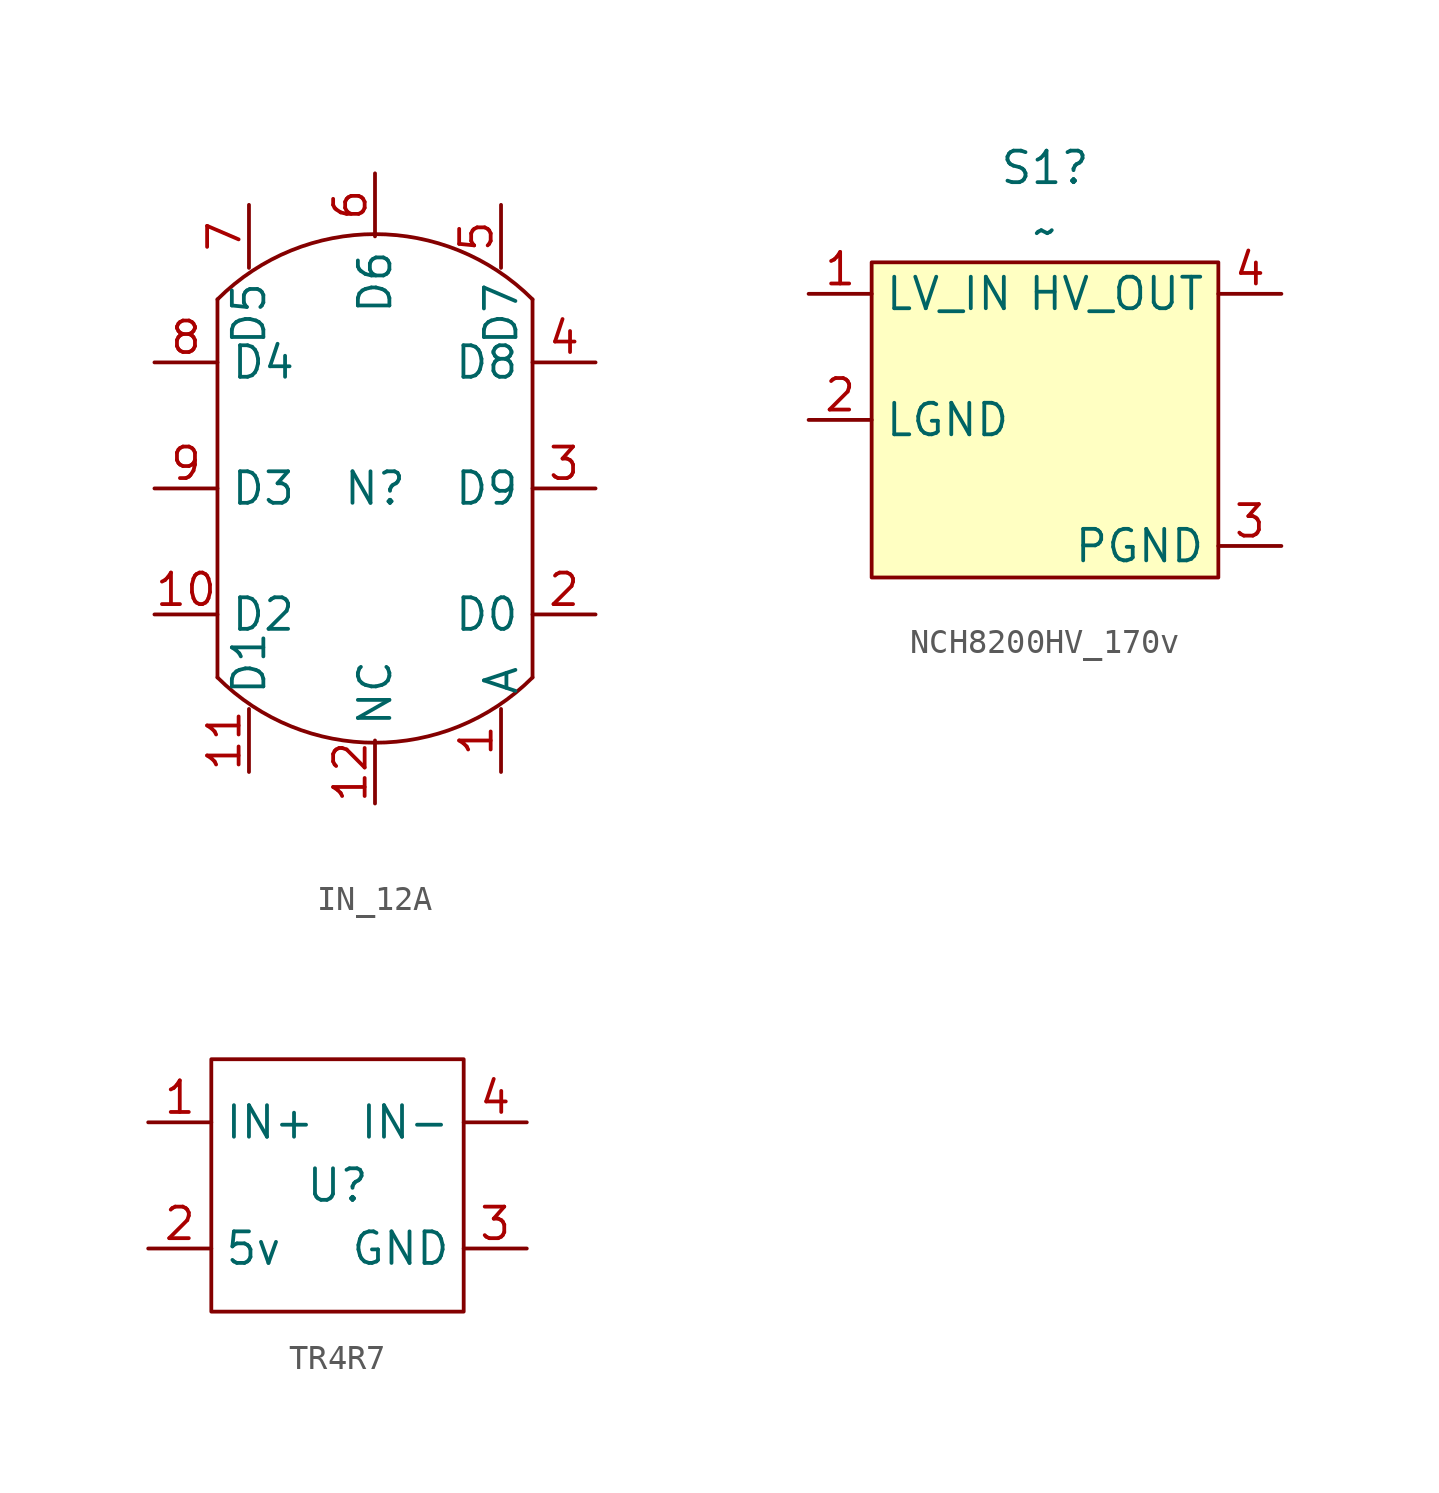
<source format=kicad_sym>
(kicad_symbol_lib
  (version 20231120)
  (generator "kicad_symbol_editor")
  (generator_version "8.0")
  (symbol "IN_12A"
    (property "Reference" "N"
      (at 0 0 0)
      (effects (font (size 1.27 1.27))))
    (property "Value" ""
      (at 0 0 0)
      (effects (font (size 1.27 1.27))))
    (symbol "IN_12A_1_1"
      (arc (start -6.35 -7.62) (mid 0 -10.2502) (end 6.35 -7.62) (stroke (width 0) (type default)) (fill (type none)))
      (polyline (pts (xy -6.35 7.62) (xy -6.35 -7.62)) (stroke (width 0) (type default)) (fill (type none)))
      (polyline (pts (xy 6.35 7.62) (xy 6.35 -7.62)) (stroke (width 0) (type default)) (fill (type none)))
      (arc (start 6.35 7.62) (mid 0 10.2502) (end -6.35 7.62) (stroke (width 0) (type default)) (fill (type none)))
      (pin input line (at 5.08 -11.43 90) (length 2.54) (name "A" (effects (font (size 1.27 1.27)))) (number "1" (effects (font (size 1.27 1.27)))))
      (pin output line (at -8.89 -5.08 0) (length 2.54) (name "D2" (effects (font (size 1.27 1.27)))) (number "10" (effects (font (size 1.27 1.27)))))
      (pin output line (at -5.08 -11.43 90) (length 2.54) (name "D1" (effects (font (size 1.27 1.27)))) (number "11" (effects (font (size 1.27 1.27)))))
      (pin passive line (at 0 -12.7 90) (length 2.54) (name "NC" (effects (font (size 1.27 1.27)))) (number "12" (effects (font (size 1.27 1.27)))))
      (pin output line (at 8.89 -5.08 180) (length 2.54) (name "D0" (effects (font (size 1.27 1.27)))) (number "2" (effects (font (size 1.27 1.27)))))
      (pin output line (at 8.89 0 180) (length 2.54) (name "D9" (effects (font (size 1.27 1.27)))) (number "3" (effects (font (size 1.27 1.27)))))
      (pin output line (at 8.89 5.08 180) (length 2.54) (name "D8" (effects (font (size 1.27 1.27)))) (number "4" (effects (font (size 1.27 1.27)))))
      (pin output line (at 5.08 11.43 270) (length 2.54) (name "D7" (effects (font (size 1.27 1.27)))) (number "5" (effects (font (size 1.27 1.27)))))
      (pin output line (at 0 12.7 270) (length 2.54) (name "D6" (effects (font (size 1.27 1.27)))) (number "6" (effects (font (size 1.27 1.27)))))
      (pin output line (at -5.08 11.43 270) (length 2.54) (name "D5" (effects (font (size 1.27 1.27)))) (number "7" (effects (font (size 1.27 1.27)))))
      (pin output line (at -8.89 5.08 0) (length 2.54) (name "D4" (effects (font (size 1.27 1.27)))) (number "8" (effects (font (size 1.27 1.27)))))
      (pin output line (at -8.89 0 0) (length 2.54) (name "D3" (effects (font (size 1.27 1.27)))) (number "9" (effects (font (size 1.27 1.27)))))))
  (symbol "NCH8200HV_170v"
    (property "Reference" "S1"
      (at -0.635 10.16 0)
      (effects (font (size 1.27 1.27))))
    (property "Value" "~"
      (at -0.635 7.62 0)
      (effects (font (size 1.27 1.27))))
    (symbol "NCH8200HV_170v_1_1"
      (rectangle (start -7.62 6.35) (end 6.35 -6.35) (stroke (width 0) (type default) (color 132 0 0 1)) (fill (type background)))
      (pin power_in line (at -10.16 5.08 0) (length 2.54) (name "LV_IN" (effects (font (size 1.27 1.27)))) (number "1" (effects (font (size 1.27 1.27)))))
      (pin power_in line (at -10.16 0 0) (length 2.54) (name "LGND" (effects (font (size 1.27 1.27)))) (number "2" (effects (font (size 1.27 1.27)))))
      (pin power_in line (at 8.89 -5.08 180) (length 2.54) (name "PGND" (effects (font (size 1.27 1.27)))) (number "3" (effects (font (size 1.27 1.27)))))
      (pin power_out line (at 8.89 5.08 180) (length 2.54) (name "HV_OUT" (effects (font (size 1.27 1.27)))) (number "4" (effects (font (size 1.27 1.27)))))))
  (symbol "TR4R7"
    (property "Reference" "U"
      (at 0 0 0)
      (effects (font (size 1.27 1.27))))
    (property "Value" ""
      (at 0 0 0)
      (effects (font (size 1.27 1.27))))
    (symbol "TR4R7_0_1"
      (rectangle (start -5.08 5.08) (end 5.08 -5.08) (stroke (width 0) (type default)) (fill (type none))))
    (symbol "TR4R7_1_1"
      (pin power_in line (at -7.62 2.54 0) (length 2.54) (name "IN+" (effects (font (size 1.27 1.27)))) (number "1" (effects (font (size 1.27 1.27)))))
      (pin power_out line (at -7.62 -2.54 0) (length 2.54) (name "5v" (effects (font (size 1.27 1.27)))) (number "2" (effects (font (size 1.27 1.27)))))
      (pin power_in line (at 7.62 -2.54 180) (length 2.54) (name "GND" (effects (font (size 1.27 1.27)))) (number "3" (effects (font (size 1.27 1.27)))))
      (pin power_in line (at 7.62 2.54 180) (length 2.54) (name "IN-" (effects (font (size 1.27 1.27)))) (number "4" (effects (font (size 1.27 1.27))))))))
</source>
